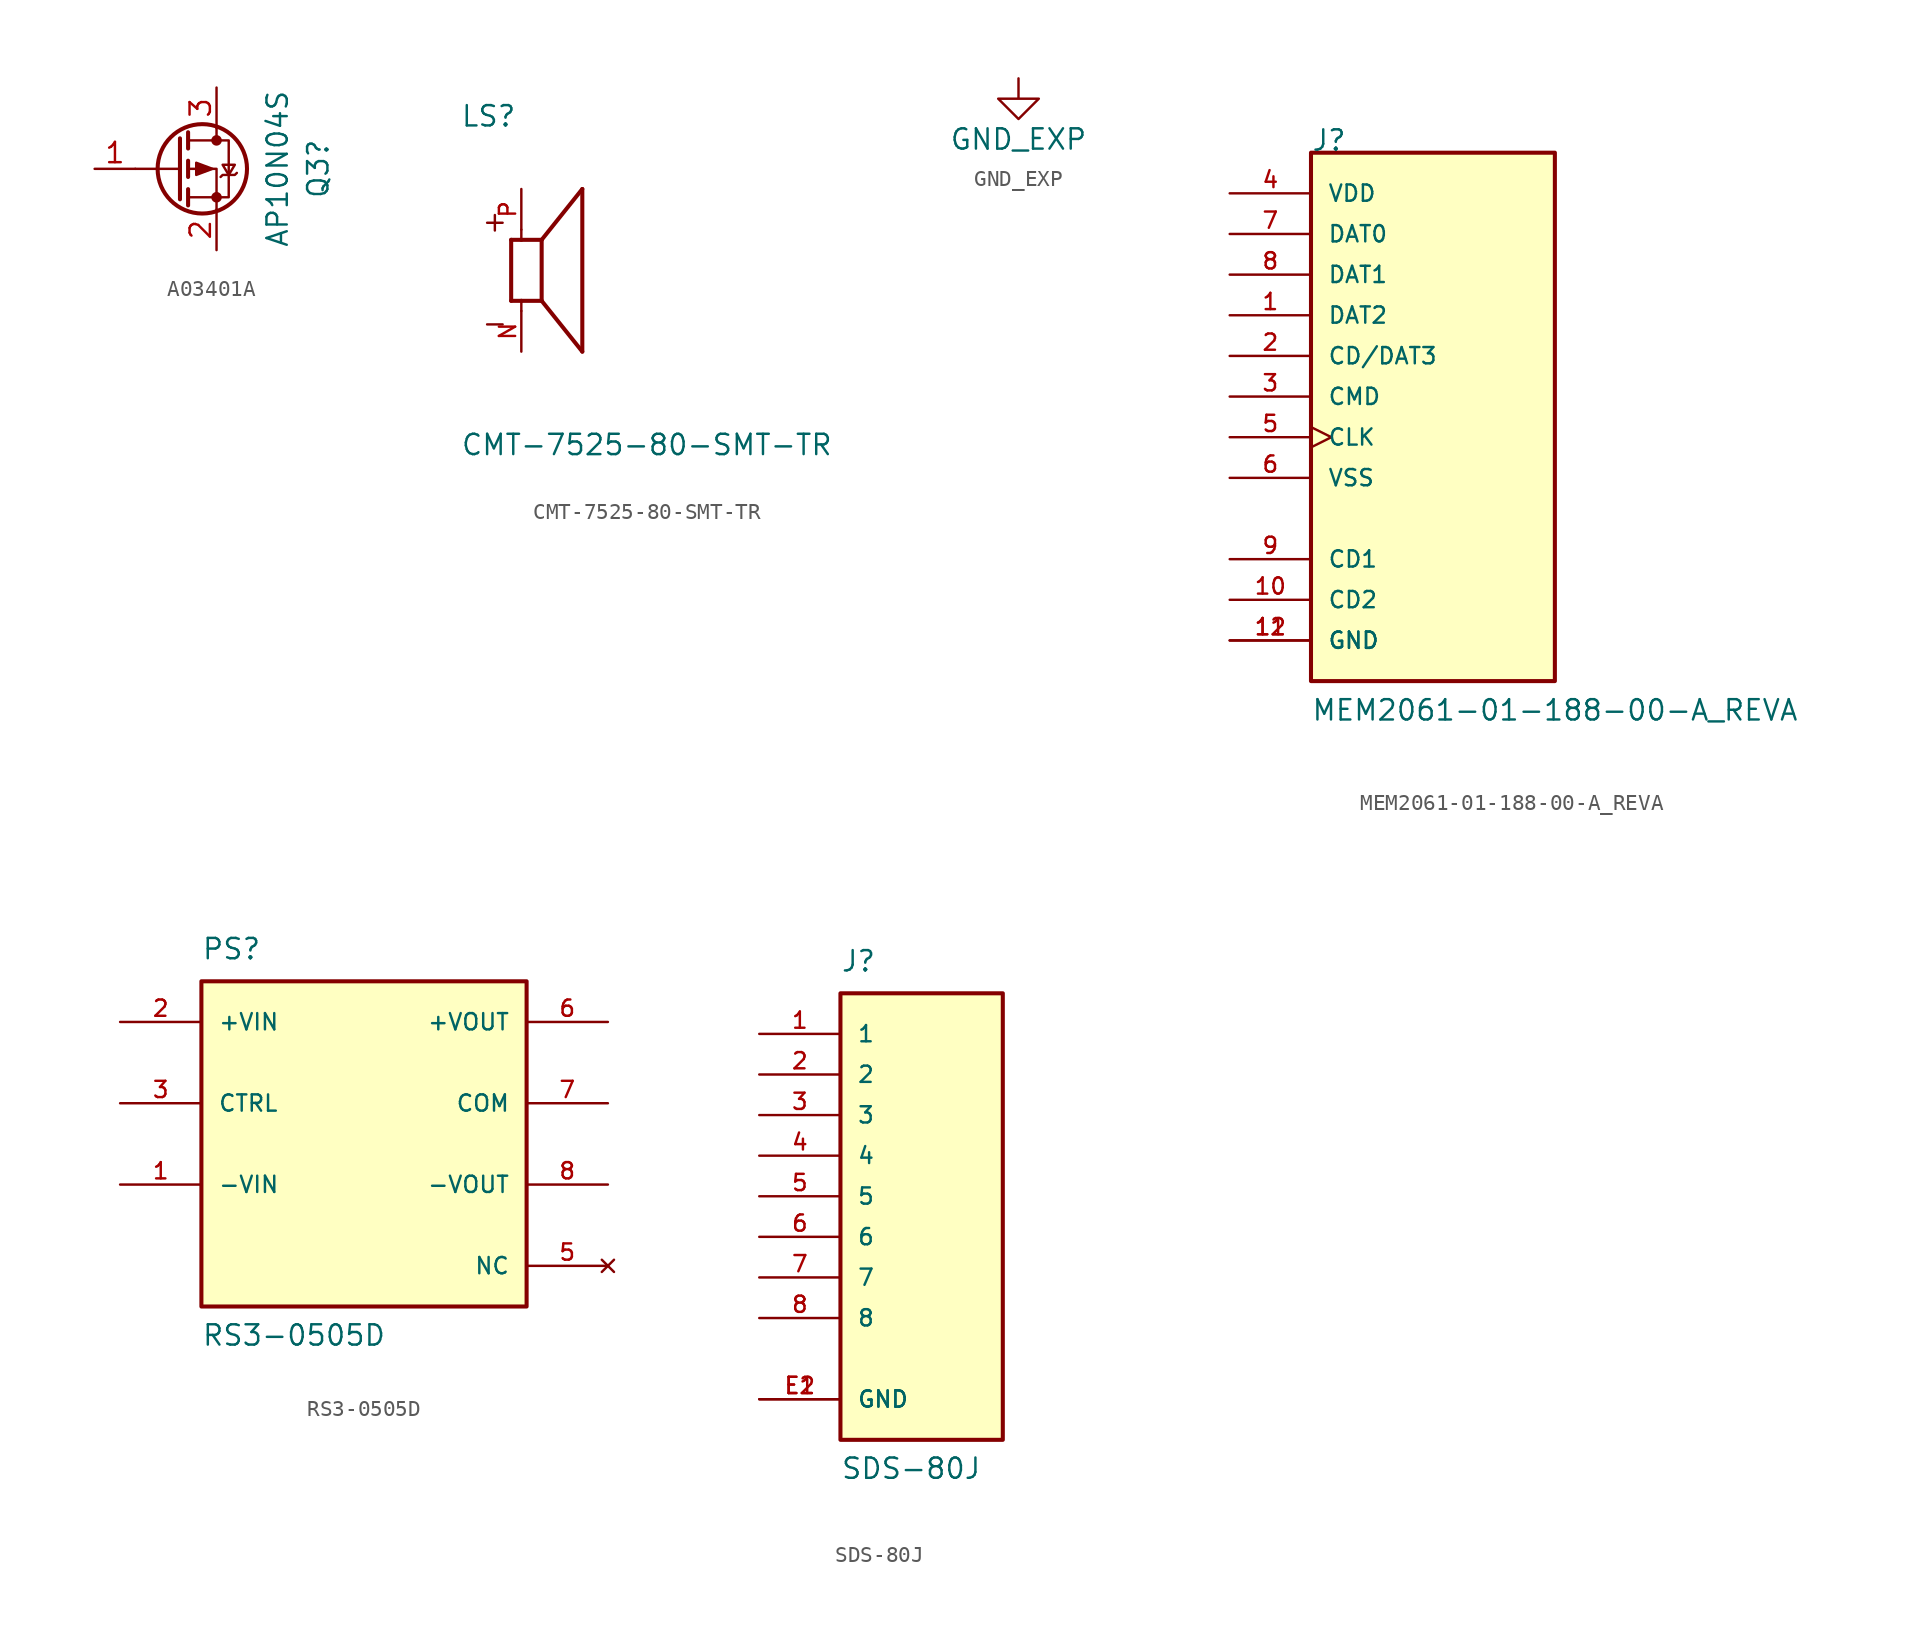
<source format=kicad_sym>
(kicad_symbol_lib
  (version 20241209)
  (generator "kicad_symbol_editor")
  (generator_version "9.0")
  (symbol "A03401A"
    (pin_names
      (hide yes))
    (property "Reference" "Q3"
      (at 8.89 0 90)
      (effects (font (size 1.27 1.27))))
    (property "Value" "AP10N04S"
      (at 6.35 0 90)
      (effects (font (size 1.27 1.27))))
    (symbol "A03401A_0_1"
      (polyline (pts (xy 0.254 1.905) (xy 0.254 -1.905)) (stroke (width 0.254) (type default)) (fill (type none)))
      (polyline (pts (xy 0.254 0) (xy -2.54 0)) (stroke (width 0) (type default)) (fill (type none)))
      (polyline (pts (xy 0.762 2.286) (xy 0.762 1.27)) (stroke (width 0.254) (type default)) (fill (type none)))
      (polyline (pts (xy 0.762 1.778) (xy 3.302 1.778) (xy 3.302 -1.778) (xy 0.762 -1.778)) (stroke (width 0) (type default)) (fill (type none)))
      (polyline (pts (xy 0.762 0.508) (xy 0.762 -0.508)) (stroke (width 0.254) (type default)) (fill (type none)))
      (polyline (pts (xy 0.762 -1.27) (xy 0.762 -2.286)) (stroke (width 0.254) (type default)) (fill (type none)))
      (circle (center 1.651 0) (radius 2.794) (stroke (width 0.254) (type default)) (fill (type none)))
      (polyline (pts (xy 2.286 0) (xy 1.27 0.381) (xy 1.27 -0.381) (xy 2.286 0)) (stroke (width 0) (type default)) (fill (type outline)))
      (polyline (pts (xy 2.54 2.54) (xy 2.54 1.778)) (stroke (width 0) (type default)) (fill (type none)))
      (circle (center 2.54 1.778) (radius 0.254) (stroke (width 0) (type default)) (fill (type outline)))
      (circle (center 2.54 -1.778) (radius 0.254) (stroke (width 0) (type default)) (fill (type outline)))
      (polyline (pts (xy 2.54 -2.54) (xy 2.54 0) (xy 0.762 0)) (stroke (width 0) (type default)) (fill (type none)))
      (polyline (pts (xy 2.794 -0.508) (xy 2.921 -0.381) (xy 3.683 -0.381) (xy 3.81 -0.254)) (stroke (width 0) (type default)) (fill (type none)))
      (polyline (pts (xy 3.302 -0.381) (xy 2.921 0.254) (xy 3.683 0.254) (xy 3.302 -0.381)) (stroke (width 0) (type default)) (fill (type none))))
    (symbol "A03401A_1_1"
      (pin passive line (at -5.08 0 0) (length 2.54) (name "G" (effects (font (size 1.27 1.27)))) (number "1" (effects (font (size 1.27 1.27)))))
      (pin tri_state line (at 2.54 5.08 270) (length 2.54) (name "D" (effects (font (size 1.27 1.27)))) (number "3" (effects (font (size 1.27 1.27)))))
      (pin passive line (at 2.54 -5.08 90) (length 2.54) (name "S" (effects (font (size 1.27 1.27)))) (number "2" (effects (font (size 1.27 1.27)))))
      (pin passive line (at 2.54 -5.08 90) (length 2.54) (hide yes) (name "S" (effects (font (size 1.27 1.27)))) (number "2" (effects (font (size 1.27 1.27)))))
      (pin passive line (at 2.54 -5.08 90) (length 2.54) (hide yes) (name "S" (effects (font (size 1.27 1.27)))) (number "3" (effects (font (size 1.27 1.27)))))))
  (symbol "CMT-7525-80-SMT-TR"
    (pin_names
      (offset 1.016))
    (property "Reference" "LS"
      (at -3.81 8.89 0)
      (effects (font (size 1.27 1.27)) (justify left bottom)))
    (property "Value" "CMT-7525-80-SMT-TR"
      (at -3.81 -10.16 0)
      (effects (font (size 1.27 1.27)) (justify left top)))
    (symbol "CMT-7525-80-SMT-TR_0_0"
      (polyline (pts (xy -0.635 1.905) (xy -0.635 -1.905)) (stroke (width 0.254) (type default)) (fill (type none)))
      (polyline (pts (xy -0.635 1.905) (xy 0 1.905)) (stroke (width 0.254) (type default)) (fill (type none)))
      (polyline (pts (xy -0.635 -1.905) (xy 0 -1.905)) (stroke (width 0.254) (type default)) (fill (type none)))
      (polyline (pts (xy 0 2.54) (xy 0 1.905)) (stroke (width 0.152) (type default)) (fill (type none)))
      (polyline (pts (xy 0 1.905) (xy 1.27 1.905)) (stroke (width 0.254) (type default)) (fill (type none)))
      (polyline (pts (xy 0 -1.905) (xy 1.27 -1.905)) (stroke (width 0.254) (type default)) (fill (type none)))
      (polyline (pts (xy 0 -2.54) (xy 0 -1.905)) (stroke (width 0.152) (type default)) (fill (type none)))
      (polyline (pts (xy 1.27 1.905) (xy 3.81 5.08)) (stroke (width 0.254) (type default)) (fill (type none)))
      (polyline (pts (xy 1.27 -1.905) (xy 1.27 1.905)) (stroke (width 0.254) (type default)) (fill (type none)))
      (polyline (pts (xy 1.27 -1.905) (xy 3.81 -5.08)) (stroke (width 0.254) (type default)) (fill (type none)))
      (polyline (pts (xy 3.81 -5.08) (xy 3.81 5.08)) (stroke (width 0.254) (type default)) (fill (type none)))
      (text "+" (at -2.54 3.81 0) (effects (font (size 1.27 1.27)) (justify left top)))
      (text "-" (at -2.54 -2.54 0) (effects (font (size 1.27 1.27)) (justify left top)))
      (pin passive line (at 0 5.08 270) (length 2.54) (name "~" (effects (font (size 1.016 1.016)))) (number "P" (effects (font (size 1.016 1.016)))))
      (pin passive line (at 0 -5.08 90) (length 2.54) (name "~" (effects (font (size 1.016 1.016)))) (number "N" (effects (font (size 1.016 1.016)))))))
  (symbol "GND_EXP"
    (power)
    (pin_names
      (offset 0))
    (property "Reference" "#PWR"
      (at 0 -6.35 0)
      (effects (font (size 1.27 1.27)) (hide yes)))
    (property "Value" "GND_EXP"
      (at 0 -3.81 0)
      (effects (font (size 1.27 1.27))))
    (symbol "GND_EXP_0_1"
      (polyline (pts (xy 0 0) (xy 0 -1.27) (xy 1.27 -1.27) (xy 0 -2.54) (xy -1.27 -1.27) (xy 0 -1.27)) (stroke (width 0) (type default)) (fill (type none))))
    (symbol "GND_EXP_1_1"
      (pin power_in line (at 0 0 270) (length 0) (hide yes) (name "GND_EXP" (effects (font (size 1.27 1.27)))) (number "1" (effects (font (size 1.27 1.27)))))))
  (symbol "MEM2061-01-188-00-A_REVA"
    (pin_names
      (offset 1.016))
    (property "Reference" "J"
      (at 0 15.268 0)
      (effects (font (size 1.27 1.27)) (justify left bottom)))
    (property "Value" "MEM2061-01-188-00-A_REVA"
      (at 0 -20.341 0)
      (effects (font (size 1.27 1.27)) (justify left bottom)))
    (symbol "MEM2061-01-188-00-A_REVA_0_0"
      (rectangle (start 0 -17.78) (end 15.24 15.24) (stroke (width 0.254) (type default)) (fill (type background)))
      (pin power_in line (at -5.08 12.7 0) (length 5.08) (name "VDD" (effects (font (size 1.016 1.016)))) (number "4" (effects (font (size 1.016 1.016)))))
      (pin bidirectional line (at -5.08 10.16 0) (length 5.08) (name "DAT0" (effects (font (size 1.016 1.016)))) (number "7" (effects (font (size 1.016 1.016)))))
      (pin bidirectional line (at -5.08 7.62 0) (length 5.08) (name "DAT1" (effects (font (size 1.016 1.016)))) (number "8" (effects (font (size 1.016 1.016)))))
      (pin bidirectional line (at -5.08 5.08 0) (length 5.08) (name "DAT2" (effects (font (size 1.016 1.016)))) (number "1" (effects (font (size 1.016 1.016)))))
      (pin bidirectional line (at -5.08 2.54 0) (length 5.08) (name "CD/DAT3" (effects (font (size 1.016 1.016)))) (number "2" (effects (font (size 1.016 1.016)))))
      (pin bidirectional line (at -5.08 0 0) (length 5.08) (name "CMD" (effects (font (size 1.016 1.016)))) (number "3" (effects (font (size 1.016 1.016)))))
      (pin bidirectional clock (at -5.08 -2.54 0) (length 5.08) (name "CLK" (effects (font (size 1.016 1.016)))) (number "5" (effects (font (size 1.016 1.016)))))
      (pin power_in line (at -5.08 -5.08 0) (length 5.08) (name "VSS" (effects (font (size 1.016 1.016)))) (number "6" (effects (font (size 1.016 1.016)))))
      (pin passive line (at -5.08 -10.16 0) (length 5.08) (name "CD1" (effects (font (size 1.016 1.016)))) (number "9" (effects (font (size 1.016 1.016)))))
      (pin passive line (at -5.08 -12.7 0) (length 5.08) (name "CD2" (effects (font (size 1.016 1.016)))) (number "10" (effects (font (size 1.016 1.016)))))
      (pin power_in line (at -5.08 -15.24 0) (length 5.08) (name "GND" (effects (font (size 1.016 1.016)))) (number "11" (effects (font (size 1.016 1.016)))))
      (pin power_in line (at -5.08 -15.24 0) (length 5.08) (name "GND" (effects (font (size 1.016 1.016)))) (number "12" (effects (font (size 1.016 1.016)))))))
  (symbol "RS3-0505D"
    (pin_names
      (offset 1.016))
    (property "Reference" "PS"
      (at -10.164 11.438 0)
      (effects (font (size 1.27 1.27)) (justify left bottom)))
    (property "Value" "RS3-0505D"
      (at -10.161 -12.703 0)
      (effects (font (size 1.27 1.27)) (justify left bottom)))
    (symbol "RS3-0505D_0_0"
      (rectangle (start -10.16 -10.16) (end 10.16 10.16) (stroke (width 0.254) (type default)) (fill (type background)))
      (pin input line (at -15.24 7.62 0) (length 5.08) (name "+VIN" (effects (font (size 1.016 1.016)))) (number "2" (effects (font (size 1.016 1.016)))))
      (pin input line (at -15.24 2.54 0) (length 5.08) (name "CTRL" (effects (font (size 1.016 1.016)))) (number "3" (effects (font (size 1.016 1.016)))))
      (pin input line (at -15.24 -2.54 0) (length 5.08) (name "-VIN" (effects (font (size 1.016 1.016)))) (number "1" (effects (font (size 1.016 1.016)))))
      (pin power_in line (at 15.24 2.54 180) (length 5.08) (name "COM" (effects (font (size 1.016 1.016)))) (number "7" (effects (font (size 1.016 1.016)))))
      (pin no_connect line (at 15.24 -7.62 180) (length 5.08) (name "NC" (effects (font (size 1.016 1.016)))) (number "5" (effects (font (size 1.016 1.016))))))
    (symbol "RS3-0505D_1_0"
      (pin power_out line (at 15.24 7.62 180) (length 5.08) (name "+VOUT" (effects (font (size 1.016 1.016)))) (number "6" (effects (font (size 1.016 1.016)))))
      (pin power_out line (at 15.24 -2.54 180) (length 5.08) (name "-VOUT" (effects (font (size 1.016 1.016)))) (number "8" (effects (font (size 1.016 1.016)))))))
  (symbol "SDS-80J"
    (pin_names
      (offset 1.016))
    (property "Reference" "J"
      (at -5.08 13.97 0)
      (effects (font (size 1.27 1.27)) (justify left bottom)))
    (property "Value" "SDS-80J"
      (at -5.08 -17.78 0)
      (effects (font (size 1.27 1.27)) (justify left bottom)))
    (symbol "SDS-80J_0_0"
      (rectangle (start -5.08 -15.24) (end 5.08 12.7) (stroke (width 0.254) (type default)) (fill (type background)))
      (pin passive line (at -10.16 10.16 0) (length 5.08) (name "1" (effects (font (size 1.016 1.016)))) (number "1" (effects (font (size 1.016 1.016)))))
      (pin passive line (at -10.16 7.62 0) (length 5.08) (name "2" (effects (font (size 1.016 1.016)))) (number "2" (effects (font (size 1.016 1.016)))))
      (pin passive line (at -10.16 5.08 0) (length 5.08) (name "3" (effects (font (size 1.016 1.016)))) (number "3" (effects (font (size 1.016 1.016)))))
      (pin passive line (at -10.16 2.54 0) (length 5.08) (name "4" (effects (font (size 1.016 1.016)))) (number "4" (effects (font (size 1.016 1.016)))))
      (pin passive line (at -10.16 0 0) (length 5.08) (name "5" (effects (font (size 1.016 1.016)))) (number "5" (effects (font (size 1.016 1.016)))))
      (pin passive line (at -10.16 -2.54 0) (length 5.08) (name "6" (effects (font (size 1.016 1.016)))) (number "6" (effects (font (size 1.016 1.016)))))
      (pin passive line (at -10.16 -5.08 0) (length 5.08) (name "7" (effects (font (size 1.016 1.016)))) (number "7" (effects (font (size 1.016 1.016)))))
      (pin passive line (at -10.16 -7.62 0) (length 5.08) (name "8" (effects (font (size 1.016 1.016)))) (number "8" (effects (font (size 1.016 1.016)))))
      (pin power_in line (at -10.16 -12.7 0) (length 5.08) (name "GND" (effects (font (size 1.016 1.016)))) (number "E1" (effects (font (size 1.016 1.016)))))
      (pin power_in line (at -10.16 -12.7 0) (length 5.08) (name "GND" (effects (font (size 1.016 1.016)))) (number "E2" (effects (font (size 1.016 1.016))))))))
</source>
